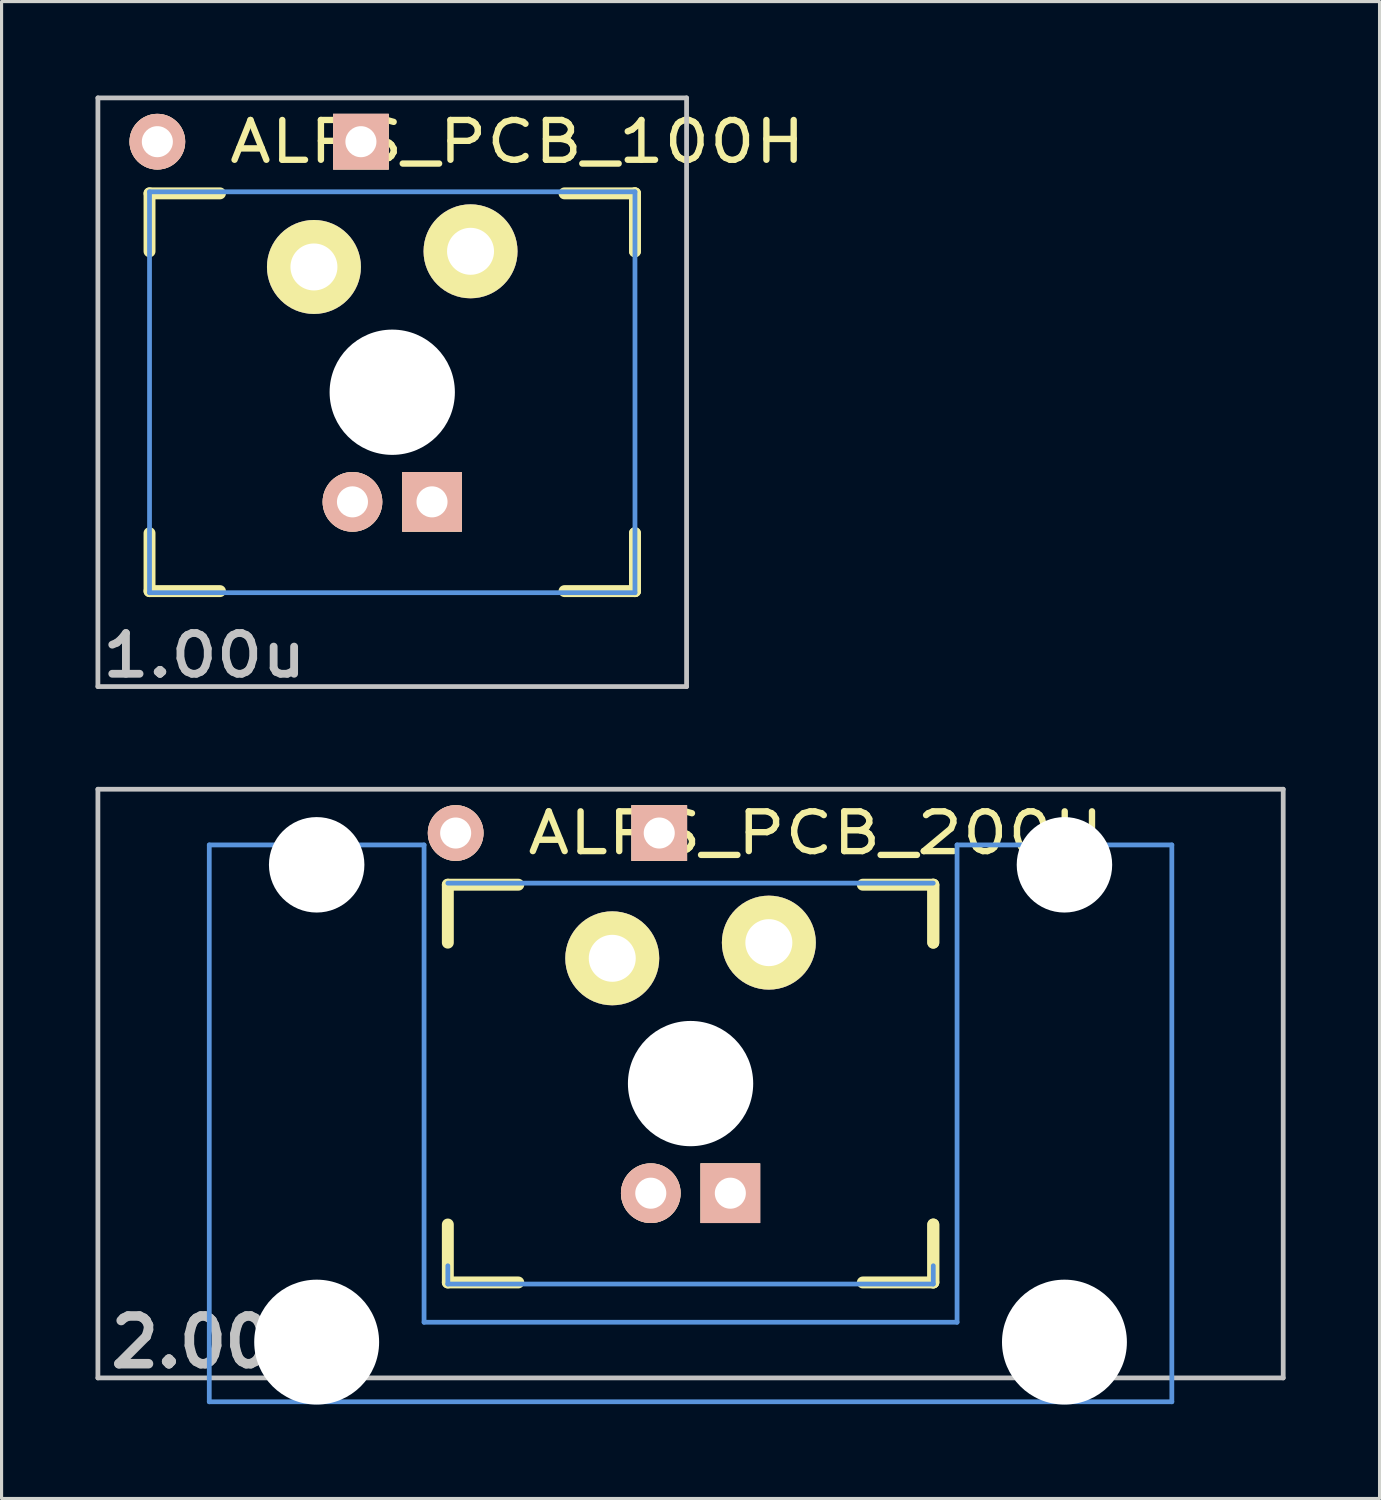
<source format=kicad_pcb>
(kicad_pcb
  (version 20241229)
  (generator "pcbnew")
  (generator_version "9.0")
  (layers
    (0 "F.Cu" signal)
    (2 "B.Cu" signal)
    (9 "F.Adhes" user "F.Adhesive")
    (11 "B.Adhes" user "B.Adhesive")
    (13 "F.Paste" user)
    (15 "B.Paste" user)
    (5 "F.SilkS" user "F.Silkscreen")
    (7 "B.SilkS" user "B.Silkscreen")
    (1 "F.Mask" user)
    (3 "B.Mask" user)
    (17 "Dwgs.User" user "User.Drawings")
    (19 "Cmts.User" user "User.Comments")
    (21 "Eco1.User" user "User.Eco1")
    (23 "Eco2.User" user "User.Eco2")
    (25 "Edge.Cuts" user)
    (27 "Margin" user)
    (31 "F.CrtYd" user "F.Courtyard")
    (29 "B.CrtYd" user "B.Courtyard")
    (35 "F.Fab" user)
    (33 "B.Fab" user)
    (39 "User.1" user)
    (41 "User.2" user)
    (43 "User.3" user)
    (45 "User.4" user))
  (footprint "ALPS_PCB_100H"
    (layer "F.Cu")
    (at 9.474 9.474)
    (property "Reference" "ALPS_PCB_100H" (at 4 -8 0) (layer "F.SilkS") (effects (font (size 1.27 1.524) (thickness 0.203))))
    (attr through_hole)
    (fp_line (start -7.75 -6.35) (end -5.5 -6.35) (stroke (width 0.381) (type solid)) (layer "F.SilkS"))
    (fp_line (start -7.75 -4.5) (end -7.75 -6.35) (stroke (width 0.381) (type solid)) (layer "F.SilkS"))
    (fp_line (start -7.75 6.35) (end -7.75 4.5) (stroke (width 0.381) (type solid)) (layer "F.SilkS"))
    (fp_line (start -5.5 6.35) (end -7.75 6.35) (stroke (width 0.381) (type solid)) (layer "F.SilkS"))
    (fp_line (start 5.5 -6.35) (end 7.75 -6.35) (stroke (width 0.381) (type solid)) (layer "F.SilkS"))
    (fp_line (start 7.75 -6.35) (end 7.75 -4.5) (stroke (width 0.381) (type solid)) (layer "F.SilkS"))
    (fp_line (start 7.75 -6.35) (end 7.75 -4.5) (stroke (width 0.381) (type solid)) (layer "F.SilkS"))
    (fp_line (start 7.75 4.5) (end 7.75 6.35) (stroke (width 0.381) (type solid)) (layer "F.SilkS"))
    (fp_line (start 7.75 4.5) (end 7.75 6.35) (stroke (width 0.381) (type solid)) (layer "F.SilkS"))
    (fp_line (start 7.75 6.35) (end 5.5 6.35) (stroke (width 0.381) (type solid)) (layer "F.SilkS"))
    (fp_line (start -9.398 -9.398) (end 9.398 -9.398) (stroke (width 0.152) (type solid)) (layer "Dwgs.User"))
    (fp_line (start -9.398 9.398) (end -9.398 -9.398) (stroke (width 0.152) (type solid)) (layer "Dwgs.User"))
    (fp_line (start 9.398 -9.398) (end 9.398 9.398) (stroke (width 0.152) (type solid)) (layer "Dwgs.User"))
    (fp_line (start 9.398 9.398) (end -9.398 9.398) (stroke (width 0.152) (type solid)) (layer "Dwgs.User"))
    (fp_line (start -7.75 -6.4) (end -7.75 6.4) (stroke (width 0.152) (type solid)) (layer "Cmts.User"))
    (fp_line (start 7.75 -6.4) (end -7.75 -6.4) (stroke (width 0.152) (type solid)) (layer "Cmts.User"))
    (fp_line (start 7.75 -6.4) (end 7.75 6.4) (stroke (width 0.152) (type solid)) (layer "Cmts.User"))
    (fp_line (start 7.75 6.4) (end -7.75 6.4) (stroke (width 0.152) (type solid)) (layer "Cmts.User"))
    (fp_line (start -7.75 -6.4) (end -7.75 6.4) (stroke (width 0.152) (type solid)) (layer "Eco2.User"))
    (fp_line (start 7.75 -6.4) (end -7.75 -6.4) (stroke (width 0.152) (type solid)) (layer "Eco2.User"))
    (fp_line (start 7.75 -6.4) (end 7.75 6.4) (stroke (width 0.152) (type solid)) (layer "Eco2.User"))
    (fp_line (start 7.75 6.4) (end -7.75 6.4) (stroke (width 0.152) (type solid)) (layer "Eco2.User"))
    (fp_text user "1.00u" (at -6 8.4 0) (layer "Dwgs.User") (effects (font (size 1.3 1.524) (thickness 0.25))))
    (pad "" np_thru_hole circle (at 0 0) (size 4 4) (drill 4) (layers "*.Cu"))
    (pad "1" thru_hole circle (at -7.5 -8) (size 1.778 1.778) (drill 0.991) (layers "*.Cu" "*.SilkS" "*.Mask"))
    (pad "1" thru_hole circle (at -2.5 -4) (size 3 3) (drill 1.5) (layers "*.Cu" "*.Mask" "F.SilkS"))
    (pad "1" thru_hole circle (at -1.27 3.5) (size 1.905 1.905) (drill 0.991) (layers "*.Cu" "*.SilkS" "*.Mask"))
    (pad "2" thru_hole rect (at -1 -8) (size 1.778 1.778) (drill 0.991) (layers "*.Cu" "*.SilkS" "*.Mask"))
    (pad "2" thru_hole rect (at 1.27 3.5) (size 1.905 1.905) (drill 0.991) (layers "*.Cu" "*.SilkS" "*.Mask"))
    (pad "2" thru_hole circle (at 2.5 -4.5) (size 3 3) (drill 1.5) (layers "*.Cu" "*.Mask" "F.SilkS")))
  (footprint "ALPS_PCB_200H"
    (layer "F.Cu")
    (at 18.999 31.548)
    (property "Reference" "ALPS_PCB_200H" (at 4 -8 0) (layer "F.SilkS") (effects (font (size 1.27 1.524) (thickness 0.203))))
    (attr through_hole)
    (fp_line (start -7.75 -6.35) (end -5.5 -6.35) (stroke (width 0.381) (type solid)) (layer "F.SilkS"))
    (fp_line (start -7.75 -4.5) (end -7.75 -6.35) (stroke (width 0.381) (type solid)) (layer "F.SilkS"))
    (fp_line (start -7.75 6.35) (end -7.75 4.5) (stroke (width 0.381) (type solid)) (layer "F.SilkS"))
    (fp_line (start -5.5 6.35) (end -7.75 6.35) (stroke (width 0.381) (type solid)) (layer "F.SilkS"))
    (fp_line (start 5.5 -6.35) (end 7.75 -6.35) (stroke (width 0.381) (type solid)) (layer "F.SilkS"))
    (fp_line (start 7.75 -6.35) (end 7.75 -4.5) (stroke (width 0.381) (type solid)) (layer "F.SilkS"))
    (fp_line (start 7.75 -6.35) (end 7.75 -4.5) (stroke (width 0.381) (type solid)) (layer "F.SilkS"))
    (fp_line (start 7.75 4.5) (end 7.75 6.35) (stroke (width 0.381) (type solid)) (layer "F.SilkS"))
    (fp_line (start 7.75 4.5) (end 7.75 6.35) (stroke (width 0.381) (type solid)) (layer "F.SilkS"))
    (fp_line (start 7.75 6.35) (end 5.5 6.35) (stroke (width 0.381) (type solid)) (layer "F.SilkS"))
    (fp_line (start -18.923 -9.398) (end 18.923 -9.398) (stroke (width 0.152) (type solid)) (layer "Dwgs.User"))
    (fp_line (start -18.923 9.398) (end -18.923 -9.398) (stroke (width 0.152) (type solid)) (layer "Dwgs.User"))
    (fp_line (start 18.923 -9.398) (end 18.923 9.398) (stroke (width 0.152) (type solid)) (layer "Dwgs.User"))
    (fp_line (start 18.923 9.398) (end -18.923 9.398) (stroke (width 0.152) (type solid)) (layer "Dwgs.User"))
    (fp_line (start -15.367 -7.62) (end -15.367 10.16) (stroke (width 0.152) (type solid)) (layer "Cmts.User"))
    (fp_line (start -15.367 10.16) (end 15.367 10.16) (stroke (width 0.152) (type solid)) (layer "Cmts.User"))
    (fp_line (start -8.509 -7.62) (end -15.367 -7.62) (stroke (width 0.152) (type solid)) (layer "Cmts.User"))
    (fp_line (start -8.509 7.62) (end -8.509 -7.62) (stroke (width 0.152) (type solid)) (layer "Cmts.User"))
    (fp_line (start -7.75 5.817) (end -7.75 6.4) (stroke (width 0.152) (type solid)) (layer "Cmts.User"))
    (fp_line (start 7.75 -6.4) (end -7.75 -6.4) (stroke (width 0.152) (type solid)) (layer "Cmts.User"))
    (fp_line (start 7.75 5.817) (end 7.75 6.4) (stroke (width 0.152) (type solid)) (layer "Cmts.User"))
    (fp_line (start 7.75 6.4) (end -7.75 6.4) (stroke (width 0.152) (type solid)) (layer "Cmts.User"))
    (fp_line (start 8.509 -7.62) (end 8.509 7.62) (stroke (width 0.152) (type solid)) (layer "Cmts.User"))
    (fp_line (start 8.509 7.62) (end -8.509 7.62) (stroke (width 0.152) (type solid)) (layer "Cmts.User"))
    (fp_line (start 15.367 -7.62) (end 8.509 -7.62) (stroke (width 0.152) (type solid)) (layer "Cmts.User"))
    (fp_line (start 15.367 10.16) (end 15.367 -7.62) (stroke (width 0.152) (type solid)) (layer "Cmts.User"))
    (fp_line (start -16.129 -2.286) (end -15.265 -2.286) (stroke (width 0.152) (type solid)) (layer "Eco2.User"))
    (fp_line (start -16.129 0.508) (end -16.129 -2.286) (stroke (width 0.152) (type solid)) (layer "Eco2.User"))
    (fp_line (start -15.265 -5.69) (end -8.611 -5.69) (stroke (width 0.152) (type solid)) (layer "Eco2.User"))
    (fp_line (start -15.265 -2.286) (end -15.265 -5.69) (stroke (width 0.152) (type solid)) (layer "Eco2.User"))
    (fp_line (start -15.265 0.508) (end -16.129 0.508) (stroke (width 0.152) (type solid)) (layer "Eco2.User"))
    (fp_line (start -15.265 6.604) (end -15.265 0.508) (stroke (width 0.152) (type solid)) (layer "Eco2.User"))
    (fp_line (start -14.224 6.604) (end -15.265 6.604) (stroke (width 0.152) (type solid)) (layer "Eco2.User"))
    (fp_line (start -14.224 7.772) (end -14.224 6.604) (stroke (width 0.152) (type solid)) (layer "Eco2.User"))
    (fp_line (start -9.652 6.604) (end -9.652 7.772) (stroke (width 0.152) (type solid)) (layer "Eco2.User"))
    (fp_line (start -9.652 7.772) (end -14.224 7.772) (stroke (width 0.152) (type solid)) (layer "Eco2.User"))
    (fp_line (start -8.611 -5.69) (end -8.611 -4.877) (stroke (width 0.152) (type solid)) (layer "Eco2.User"))
    (fp_line (start -8.611 -4.877) (end -7.75 -4.877) (stroke (width 0.152) (type solid)) (layer "Eco2.User"))
    (fp_line (start -8.611 5.817) (end -8.611 6.604) (stroke (width 0.152) (type solid)) (layer "Eco2.User"))
    (fp_line (start -8.611 6.604) (end -9.652 6.604) (stroke (width 0.152) (type solid)) (layer "Eco2.User"))
    (fp_line (start -7.75 -4.877) (end -7.75 -6.4) (stroke (width 0.152) (type solid)) (layer "Eco2.User"))
    (fp_line (start -7.75 5.817) (end -8.611 5.817) (stroke (width 0.152) (type solid)) (layer "Eco2.User"))
    (fp_line (start -7.75 5.817) (end -7.75 6.4) (stroke (width 0.152) (type solid)) (layer "Eco2.User"))
    (fp_line (start 7.75 -6.4) (end -7.75 -6.4) (stroke (width 0.152) (type solid)) (layer "Eco2.User"))
    (fp_line (start 7.75 -6.4) (end 7.75 -4.877) (stroke (width 0.152) (type solid)) (layer "Eco2.User"))
    (fp_line (start 7.75 -4.877) (end 8.611 -4.877) (stroke (width 0.152) (type solid)) (layer "Eco2.User"))
    (fp_line (start 7.75 5.817) (end 7.75 6.4) (stroke (width 0.152) (type solid)) (layer "Eco2.User"))
    (fp_line (start 7.75 6.4) (end -7.75 6.4) (stroke (width 0.152) (type solid)) (layer "Eco2.User"))
    (fp_line (start 8.611 -5.69) (end 15.265 -5.69) (stroke (width 0.152) (type solid)) (layer "Eco2.User"))
    (fp_line (start 8.611 -4.877) (end 8.611 -5.69) (stroke (width 0.152) (type solid)) (layer "Eco2.User"))
    (fp_line (start 8.611 5.817) (end 7.75 5.817) (stroke (width 0.152) (type solid)) (layer "Eco2.User"))
    (fp_line (start 8.611 6.604) (end 8.611 5.817) (stroke (width 0.152) (type solid)) (layer "Eco2.User"))
    (fp_line (start 9.652 6.604) (end 8.611 6.604) (stroke (width 0.152) (type solid)) (layer "Eco2.User"))
    (fp_line (start 9.652 7.772) (end 9.652 6.604) (stroke (width 0.152) (type solid)) (layer "Eco2.User"))
    (fp_line (start 14.224 6.604) (end 14.224 7.772) (stroke (width 0.152) (type solid)) (layer "Eco2.User"))
    (fp_line (start 14.224 7.772) (end 9.652 7.772) (stroke (width 0.152) (type solid)) (layer "Eco2.User"))
    (fp_line (start 15.265 -5.69) (end 15.265 -2.286) (stroke (width 0.152) (type solid)) (layer "Eco2.User"))
    (fp_line (start 15.265 -2.286) (end 16.129 -2.286) (stroke (width 0.152) (type solid)) (layer "Eco2.User"))
    (fp_line (start 15.265 0.508) (end 15.265 6.604) (stroke (width 0.152) (type solid)) (layer "Eco2.User"))
    (fp_line (start 15.265 6.604) (end 14.224 6.604) (stroke (width 0.152) (type solid)) (layer "Eco2.User"))
    (fp_line (start 16.129 -2.286) (end 16.129 0.508) (stroke (width 0.152) (type solid)) (layer "Eco2.User"))
    (fp_line (start 16.129 0.508) (end 15.265 0.508) (stroke (width 0.152) (type solid)) (layer "Eco2.User"))
    (fp_text user "2.00u" (at -15.24 8.255 0) (layer "Dwgs.User") (effects (font (size 1.524 1.524) (thickness 0.305))))
    (pad "" np_thru_hole circle (at -11.938 -6.985) (size 3.048 3.048) (drill 3.048) (layers "*.Cu"))
    (pad "" np_thru_hole circle (at -11.938 8.255) (size 3.988 3.988) (drill 3.988) (layers "*.Cu"))
    (pad "" np_thru_hole circle (at 0 0) (size 4 4) (drill 4) (layers "*.Cu"))
    (pad "" np_thru_hole circle (at 11.938 -6.985) (size 3.048 3.048) (drill 3.048) (layers "*.Cu"))
    (pad "" np_thru_hole circle (at 11.938 8.255) (size 3.988 3.988) (drill 3.988) (layers "*.Cu"))
    (pad "1" thru_hole circle (at -7.5 -8) (size 1.778 1.778) (drill 0.991) (layers "*.Cu" "*.SilkS" "*.Mask"))
    (pad "1" thru_hole circle (at -2.5 -4) (size 3 3) (drill 1.5) (layers "*.Cu" "*.Mask" "F.SilkS"))
    (pad "1" thru_hole circle (at -1.27 3.5) (size 1.905 1.905) (drill 0.991) (layers "*.Cu" "*.SilkS" "*.Mask"))
    (pad "2" thru_hole rect (at -1 -8) (size 1.778 1.778) (drill 0.991) (layers "*.Cu" "*.SilkS" "*.Mask"))
    (pad "2" thru_hole rect (at 1.27 3.5) (size 1.905 1.905) (drill 0.991) (layers "*.Cu" "*.SilkS" "*.Mask"))
    (pad "2" thru_hole circle (at 2.5 -4.5) (size 3 3) (drill 1.5) (layers "*.Cu" "*.Mask" "F.SilkS")))
  (gr_rect
    (start -3 -3)
    (end 40.998 44.797)
    (stroke (width 0.1) (type default))
    (fill no)
    (layer "Edge.Cuts")))
</source>
